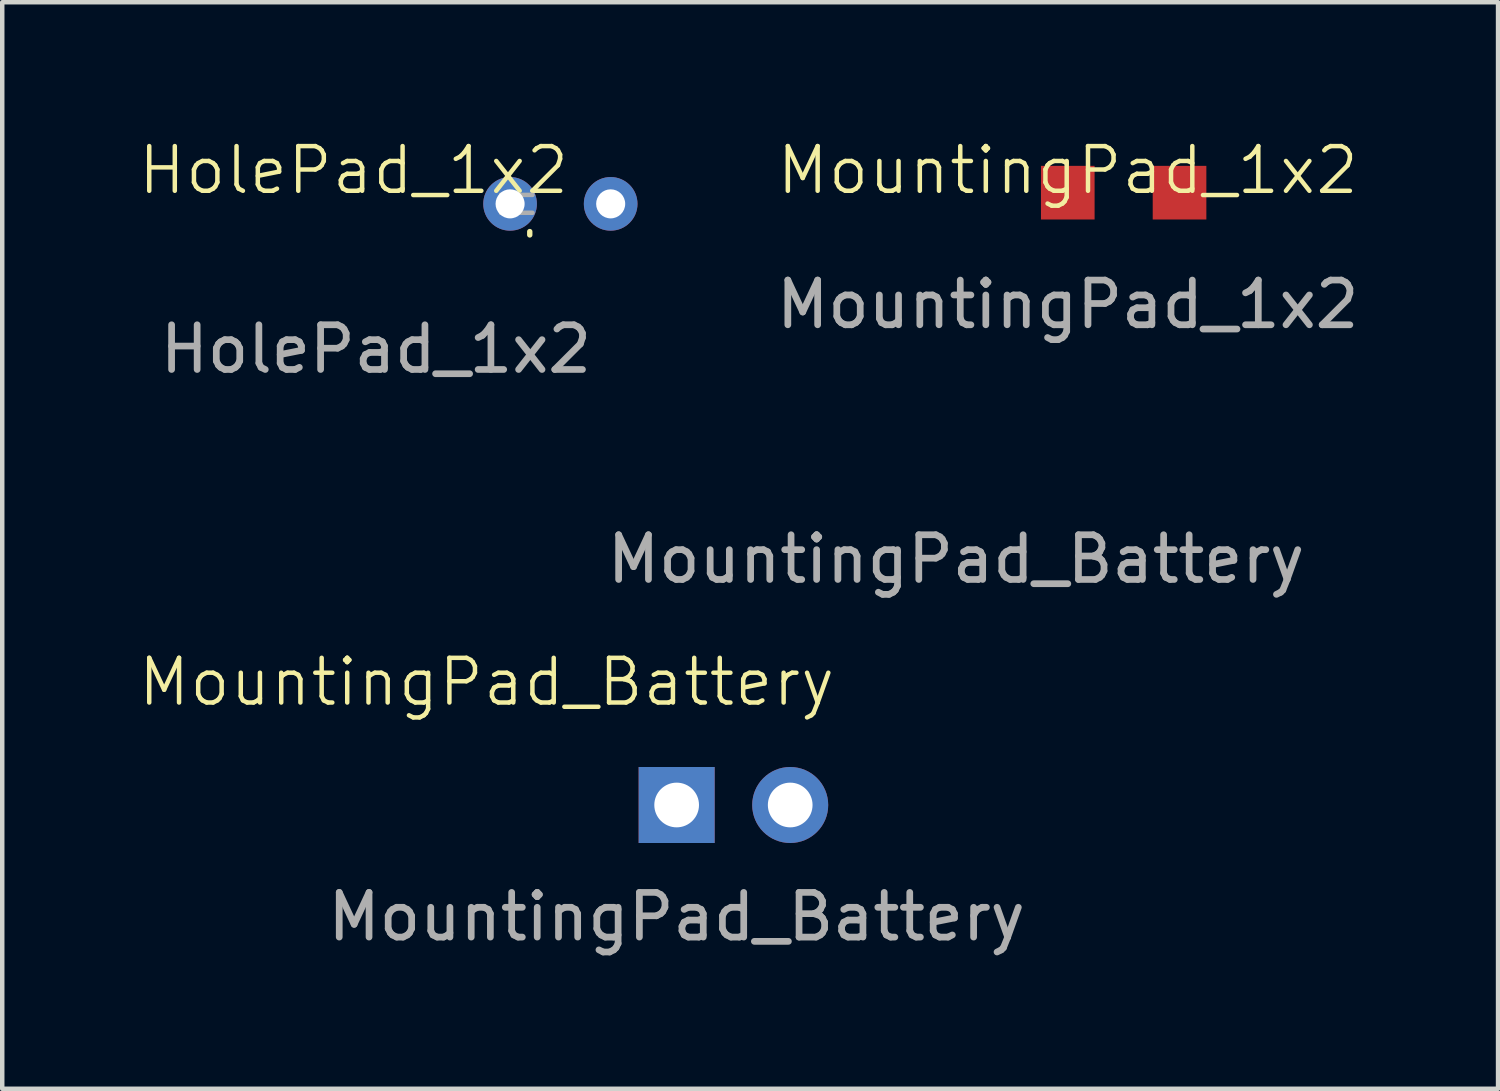
<source format=kicad_pcb>
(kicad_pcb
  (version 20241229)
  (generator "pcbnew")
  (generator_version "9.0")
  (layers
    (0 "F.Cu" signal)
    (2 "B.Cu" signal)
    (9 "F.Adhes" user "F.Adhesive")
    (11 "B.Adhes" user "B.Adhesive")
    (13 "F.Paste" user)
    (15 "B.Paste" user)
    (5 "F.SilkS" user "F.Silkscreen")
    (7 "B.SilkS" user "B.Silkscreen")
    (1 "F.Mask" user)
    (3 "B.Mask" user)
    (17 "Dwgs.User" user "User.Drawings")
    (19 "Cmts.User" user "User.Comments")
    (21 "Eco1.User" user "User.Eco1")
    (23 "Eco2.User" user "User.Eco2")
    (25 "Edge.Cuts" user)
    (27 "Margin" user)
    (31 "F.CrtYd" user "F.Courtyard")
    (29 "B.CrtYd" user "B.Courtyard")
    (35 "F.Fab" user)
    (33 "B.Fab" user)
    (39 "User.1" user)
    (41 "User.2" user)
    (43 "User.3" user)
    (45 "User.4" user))
  (footprint "HolePad_1x2"
    (layer "F.Cu")
    (at 8.36 1.51)
    (property "Reference" "HolePad_1x2" (at -3.5 -0.75 0) (unlocked yes) (layer "F.SilkS") (effects (font (size 1 1) (thickness 0.1))))
    (attr through_hole)
    (fp_line (start 0.44 0.695) (end 0.44 0.62) (stroke (width 0.12) (type solid)) (layer "F.SilkS"))
    (fp_line (start -0.2 -0.2) (end -0.2 0.2) (stroke (width 0.1) (type solid)) (layer "F.Fab"))
    (fp_line (start -0.2 -0.2) (end 0.5 -0.2) (stroke (width 0.1) (type solid)) (layer "F.Fab"))
    (fp_line (start -0.2 0.2) (end 0.5 0.2) (stroke (width 0.1) (type solid)) (layer "F.Fab"))
    (fp_text user "${REFERENCE}" (at -3 3.25 0) (unlocked yes) (layer "F.Fab") (effects (font (size 1 1) (thickness 0.15))))
    (pad "1" thru_hole oval (at 0 0) (size 1.2 1.2) (drill 0.65) (layers "*.Cu" "*.Mask"))
    (pad "2" thru_hole oval (at 2.25 0) (size 1.2 1.2) (drill 0.65) (layers "*.Cu" "*.Mask")))
  (footprint "MountingPad_1x2"
    (layer "F.Cu")
    (at 20.835 1.26)
    (property "Reference" "MountingPad_1x2" (at 0 -0.5 0) (unlocked yes) (layer "F.SilkS") (effects (font (size 1 1) (thickness 0.1))))
    (attr smd)
    (fp_text user "${REFERENCE}" (at 0 2.5 0) (unlocked yes) (layer "F.Fab") (effects (font (size 1 1) (thickness 0.15))))
    (pad "1" smd rect (at 0 0 90) (size 1.2 1.2) (layers "F.Cu" "F.Mask" "F.Paste"))
    (pad "2" smd rect (at 2.5 0 90) (size 1.2 1.2) (layers "F.Cu" "F.Mask" "F.Paste")))
  (footprint "MountingPad_Battery"
    (layer "F.Cu")
    (at 12.086 14.957)
    (property "Reference" "MountingPad_Battery" (at -4.25 -2.75 0) (unlocked yes) (layer "F.SilkS") (effects (font (size 1 1) (thickness 0.1))))
    (attr smd)
    (fp_text user "${REFERENCE}" (at 6.25 -5.5 180) (layer "F.Fab") (effects (font (size 1 1) (thickness 0.15))))
    (fp_text user "${REFERENCE}" (at 0 2.5 0) (unlocked yes) (layer "F.Fab") (effects (font (size 1 1) (thickness 0.15))))
    (pad "1" thru_hole rect (at 0 0 90) (size 1.7 1.7) (drill 1) (layers "*.Cu" "*.Mask"))
    (pad "2" thru_hole oval (at 2.54 0 90) (size 1.7 1.7) (drill 1) (layers "*.Cu" "*.Mask")))
  (gr_rect
    (start -3 -3)
    (end 30.46 21.305)
    (stroke (width 0.1) (type default))
    (fill no)
    (layer "Edge.Cuts")))
</source>
